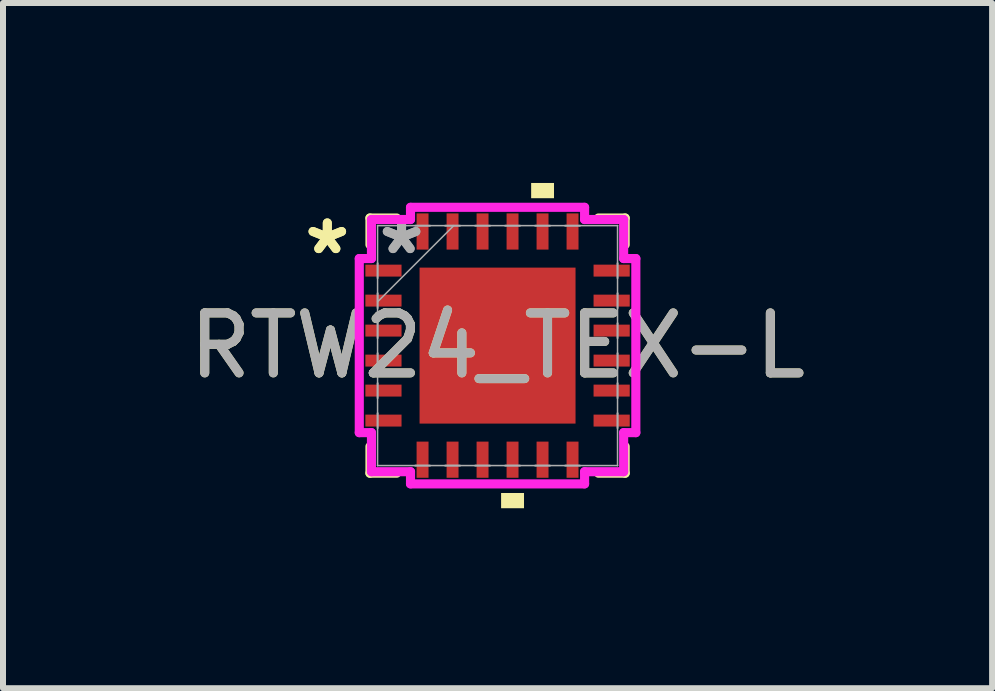
<source format=kicad_pcb>
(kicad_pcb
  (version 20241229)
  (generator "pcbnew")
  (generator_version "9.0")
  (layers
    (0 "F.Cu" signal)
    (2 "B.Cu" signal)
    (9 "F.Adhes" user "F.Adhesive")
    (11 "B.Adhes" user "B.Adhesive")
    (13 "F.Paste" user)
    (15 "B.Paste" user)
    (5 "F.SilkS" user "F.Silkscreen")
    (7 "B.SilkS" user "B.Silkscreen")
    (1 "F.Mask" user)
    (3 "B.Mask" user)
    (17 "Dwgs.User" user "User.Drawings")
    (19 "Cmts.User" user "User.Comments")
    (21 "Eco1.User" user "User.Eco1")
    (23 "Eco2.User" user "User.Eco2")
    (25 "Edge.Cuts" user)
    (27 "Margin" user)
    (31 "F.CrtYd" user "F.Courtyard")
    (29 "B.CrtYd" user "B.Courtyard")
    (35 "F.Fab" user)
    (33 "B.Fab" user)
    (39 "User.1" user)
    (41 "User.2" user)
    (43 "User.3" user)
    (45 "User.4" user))
  (footprint "RTW24_TEX-L"
    (layer "F.Cu")
    (at 5.244 2.711)
    (property "Reference" "RTW24_TEX-L" (at 0 0 0) (unlocked yes) (layer "F.SilkS") (effects (font (size 1 1) (thickness 0.15))))
    (attr smd)
    (fp_line (start -2.127 -2.127) (end -2.127 -1.682) (stroke (width 0.152) (type solid)) (layer "F.SilkS"))
    (fp_line (start -2.127 1.682) (end -2.127 2.127) (stroke (width 0.152) (type solid)) (layer "F.SilkS"))
    (fp_line (start -2.127 2.127) (end -1.682 2.127) (stroke (width 0.152) (type solid)) (layer "F.SilkS"))
    (fp_line (start -1.682 -2.127) (end -2.127 -2.127) (stroke (width 0.152) (type solid)) (layer "F.SilkS"))
    (fp_line (start 1.682 2.127) (end 2.127 2.127) (stroke (width 0.152) (type solid)) (layer "F.SilkS"))
    (fp_line (start 2.127 -2.127) (end 1.682 -2.127) (stroke (width 0.152) (type solid)) (layer "F.SilkS"))
    (fp_line (start 2.127 -1.682) (end 2.127 -2.127) (stroke (width 0.152) (type solid)) (layer "F.SilkS"))
    (fp_line (start 2.127 2.127) (end 2.127 1.682) (stroke (width 0.152) (type solid)) (layer "F.SilkS"))
    (fp_poly (pts (xy 0.059 2.457) (xy 0.059 2.711) (xy 0.441 2.711) (xy 0.441 2.457)) (stroke (width 0) (type solid)) (fill yes) (layer "F.SilkS"))
    (fp_poly (pts (xy 0.56 -2.457) (xy 0.56 -2.711) (xy 0.941 -2.711) (xy 0.941 -2.457)) (stroke (width 0) (type solid)) (fill yes) (layer "F.SilkS"))
    (fp_poly (pts (xy -1.2 -1.2) (xy -1.2 -0.1) (xy -0.1 -0.1) (xy -0.1 -1.2)) (stroke (width 0) (type solid)) (fill yes) (layer "F.Paste"))
    (fp_poly (pts (xy -1.2 0.1) (xy -1.2 1.2) (xy -0.1 1.2) (xy -0.1 0.1)) (stroke (width 0) (type solid)) (fill yes) (layer "F.Paste"))
    (fp_poly (pts (xy 0.1 -1.2) (xy 0.1 -0.1) (xy 1.2 -0.1) (xy 1.2 -1.2)) (stroke (width 0) (type solid)) (fill yes) (layer "F.Paste"))
    (fp_poly (pts (xy 0.1 0.1) (xy 0.1 1.2) (xy 1.2 1.2) (xy 1.2 0.1)) (stroke (width 0) (type solid)) (fill yes) (layer "F.Paste"))
    (fp_line (start -2.305 -1.451) (end -2.102 -1.451) (stroke (width 0.152) (type solid)) (layer "F.CrtYd"))
    (fp_line (start -2.305 1.451) (end -2.305 -1.451) (stroke (width 0.152) (type solid)) (layer "F.CrtYd"))
    (fp_line (start -2.102 -2.102) (end -1.451 -2.102) (stroke (width 0.152) (type solid)) (layer "F.CrtYd"))
    (fp_line (start -2.102 -1.451) (end -2.102 -2.102) (stroke (width 0.152) (type solid)) (layer "F.CrtYd"))
    (fp_line (start -2.102 1.451) (end -2.305 1.451) (stroke (width 0.152) (type solid)) (layer "F.CrtYd"))
    (fp_line (start -2.102 2.102) (end -2.102 1.451) (stroke (width 0.152) (type solid)) (layer "F.CrtYd"))
    (fp_line (start -1.451 -2.305) (end 1.451 -2.305) (stroke (width 0.152) (type solid)) (layer "F.CrtYd"))
    (fp_line (start -1.451 -2.102) (end -1.451 -2.305) (stroke (width 0.152) (type solid)) (layer "F.CrtYd"))
    (fp_line (start -1.451 2.102) (end -2.102 2.102) (stroke (width 0.152) (type solid)) (layer "F.CrtYd"))
    (fp_line (start -1.451 2.305) (end -1.451 2.102) (stroke (width 0.152) (type solid)) (layer "F.CrtYd"))
    (fp_line (start 1.451 -2.305) (end 1.451 -2.102) (stroke (width 0.152) (type solid)) (layer "F.CrtYd"))
    (fp_line (start 1.451 -2.102) (end 2.102 -2.102) (stroke (width 0.152) (type solid)) (layer "F.CrtYd"))
    (fp_line (start 1.451 2.102) (end 1.451 2.305) (stroke (width 0.152) (type solid)) (layer "F.CrtYd"))
    (fp_line (start 1.451 2.305) (end -1.451 2.305) (stroke (width 0.152) (type solid)) (layer "F.CrtYd"))
    (fp_line (start 2.102 -2.102) (end 2.102 -1.451) (stroke (width 0.152) (type solid)) (layer "F.CrtYd"))
    (fp_line (start 2.102 -1.451) (end 2.305 -1.451) (stroke (width 0.152) (type solid)) (layer "F.CrtYd"))
    (fp_line (start 2.102 1.451) (end 2.102 2.102) (stroke (width 0.152) (type solid)) (layer "F.CrtYd"))
    (fp_line (start 2.102 2.102) (end 1.451 2.102) (stroke (width 0.152) (type solid)) (layer "F.CrtYd"))
    (fp_line (start 2.305 -1.451) (end 2.305 1.451) (stroke (width 0.152) (type solid)) (layer "F.CrtYd"))
    (fp_line (start 2.305 1.451) (end 2.102 1.451) (stroke (width 0.152) (type solid)) (layer "F.CrtYd"))
    (fp_line (start -2 -2) (end -2 -2) (stroke (width 0.025) (type solid)) (layer "F.Fab"))
    (fp_line (start -2 -2) (end -2 2) (stroke (width 0.025) (type solid)) (layer "F.Fab"))
    (fp_line (start -2 -1.375) (end -2 -1.375) (stroke (width 0.025) (type solid)) (layer "F.Fab"))
    (fp_line (start -2 -1.375) (end -2 -1.125) (stroke (width 0.025) (type solid)) (layer "F.Fab"))
    (fp_line (start -2 -1.125) (end -2 -1.375) (stroke (width 0.025) (type solid)) (layer "F.Fab"))
    (fp_line (start -2 -1.125) (end -2 -1.125) (stroke (width 0.025) (type solid)) (layer "F.Fab"))
    (fp_line (start -2 -0.875) (end -2 -0.875) (stroke (width 0.025) (type solid)) (layer "F.Fab"))
    (fp_line (start -2 -0.875) (end -2 -0.625) (stroke (width 0.025) (type solid)) (layer "F.Fab"))
    (fp_line (start -2 -0.73) (end -0.73 -2) (stroke (width 0.025) (type solid)) (layer "F.Fab"))
    (fp_line (start -2 -0.625) (end -2 -0.875) (stroke (width 0.025) (type solid)) (layer "F.Fab"))
    (fp_line (start -2 -0.625) (end -2 -0.625) (stroke (width 0.025) (type solid)) (layer "F.Fab"))
    (fp_line (start -2 -0.375) (end -2 -0.375) (stroke (width 0.025) (type solid)) (layer "F.Fab"))
    (fp_line (start -2 -0.375) (end -2 -0.125) (stroke (width 0.025) (type solid)) (layer "F.Fab"))
    (fp_line (start -2 -0.125) (end -2 -0.375) (stroke (width 0.025) (type solid)) (layer "F.Fab"))
    (fp_line (start -2 -0.125) (end -2 -0.125) (stroke (width 0.025) (type solid)) (layer "F.Fab"))
    (fp_line (start -2 0.125) (end -2 0.125) (stroke (width 0.025) (type solid)) (layer "F.Fab"))
    (fp_line (start -2 0.125) (end -2 0.375) (stroke (width 0.025) (type solid)) (layer "F.Fab"))
    (fp_line (start -2 0.375) (end -2 0.125) (stroke (width 0.025) (type solid)) (layer "F.Fab"))
    (fp_line (start -2 0.375) (end -2 0.375) (stroke (width 0.025) (type solid)) (layer "F.Fab"))
    (fp_line (start -2 0.625) (end -2 0.625) (stroke (width 0.025) (type solid)) (layer "F.Fab"))
    (fp_line (start -2 0.625) (end -2 0.875) (stroke (width 0.025) (type solid)) (layer "F.Fab"))
    (fp_line (start -2 0.875) (end -2 0.625) (stroke (width 0.025) (type solid)) (layer "F.Fab"))
    (fp_line (start -2 0.875) (end -2 0.875) (stroke (width 0.025) (type solid)) (layer "F.Fab"))
    (fp_line (start -2 1.125) (end -2 1.125) (stroke (width 0.025) (type solid)) (layer "F.Fab"))
    (fp_line (start -2 1.125) (end -2 1.375) (stroke (width 0.025) (type solid)) (layer "F.Fab"))
    (fp_line (start -2 1.375) (end -2 1.125) (stroke (width 0.025) (type solid)) (layer "F.Fab"))
    (fp_line (start -2 1.375) (end -2 1.375) (stroke (width 0.025) (type solid)) (layer "F.Fab"))
    (fp_line (start -2 2) (end -2 2) (stroke (width 0.025) (type solid)) (layer "F.Fab"))
    (fp_line (start -2 2) (end 2 2) (stroke (width 0.025) (type solid)) (layer "F.Fab"))
    (fp_line (start -1.375 -2) (end -1.375 -2) (stroke (width 0.025) (type solid)) (layer "F.Fab"))
    (fp_line (start -1.375 -2) (end -1.125 -2) (stroke (width 0.025) (type solid)) (layer "F.Fab"))
    (fp_line (start -1.375 2) (end -1.375 2) (stroke (width 0.025) (type solid)) (layer "F.Fab"))
    (fp_line (start -1.375 2) (end -1.125 2) (stroke (width 0.025) (type solid)) (layer "F.Fab"))
    (fp_line (start -1.125 -2) (end -1.375 -2) (stroke (width 0.025) (type solid)) (layer "F.Fab"))
    (fp_line (start -1.125 -2) (end -1.125 -2) (stroke (width 0.025) (type solid)) (layer "F.Fab"))
    (fp_line (start -1.125 2) (end -1.375 2) (stroke (width 0.025) (type solid)) (layer "F.Fab"))
    (fp_line (start -1.125 2) (end -1.125 2) (stroke (width 0.025) (type solid)) (layer "F.Fab"))
    (fp_line (start -0.875 -2) (end -0.875 -2) (stroke (width 0.025) (type solid)) (layer "F.Fab"))
    (fp_line (start -0.875 -2) (end -0.625 -2) (stroke (width 0.025) (type solid)) (layer "F.Fab"))
    (fp_line (start -0.875 2) (end -0.875 2) (stroke (width 0.025) (type solid)) (layer "F.Fab"))
    (fp_line (start -0.875 2) (end -0.625 2) (stroke (width 0.025) (type solid)) (layer "F.Fab"))
    (fp_line (start -0.625 -2) (end -0.875 -2) (stroke (width 0.025) (type solid)) (layer "F.Fab"))
    (fp_line (start -0.625 -2) (end -0.625 -2) (stroke (width 0.025) (type solid)) (layer "F.Fab"))
    (fp_line (start -0.625 2) (end -0.875 2) (stroke (width 0.025) (type solid)) (layer "F.Fab"))
    (fp_line (start -0.625 2) (end -0.625 2) (stroke (width 0.025) (type solid)) (layer "F.Fab"))
    (fp_line (start -0.375 -2) (end -0.375 -2) (stroke (width 0.025) (type solid)) (layer "F.Fab"))
    (fp_line (start -0.375 -2) (end -0.125 -2) (stroke (width 0.025) (type solid)) (layer "F.Fab"))
    (fp_line (start -0.375 2) (end -0.375 2) (stroke (width 0.025) (type solid)) (layer "F.Fab"))
    (fp_line (start -0.375 2) (end -0.125 2) (stroke (width 0.025) (type solid)) (layer "F.Fab"))
    (fp_line (start -0.125 -2) (end -0.375 -2) (stroke (width 0.025) (type solid)) (layer "F.Fab"))
    (fp_line (start -0.125 -2) (end -0.125 -2) (stroke (width 0.025) (type solid)) (layer "F.Fab"))
    (fp_line (start -0.125 2) (end -0.375 2) (stroke (width 0.025) (type solid)) (layer "F.Fab"))
    (fp_line (start -0.125 2) (end -0.125 2) (stroke (width 0.025) (type solid)) (layer "F.Fab"))
    (fp_line (start 0.125 -2) (end 0.125 -2) (stroke (width 0.025) (type solid)) (layer "F.Fab"))
    (fp_line (start 0.125 -2) (end 0.375 -2) (stroke (width 0.025) (type solid)) (layer "F.Fab"))
    (fp_line (start 0.125 2) (end 0.125 2) (stroke (width 0.025) (type solid)) (layer "F.Fab"))
    (fp_line (start 0.125 2) (end 0.375 2) (stroke (width 0.025) (type solid)) (layer "F.Fab"))
    (fp_line (start 0.375 -2) (end 0.125 -2) (stroke (width 0.025) (type solid)) (layer "F.Fab"))
    (fp_line (start 0.375 -2) (end 0.375 -2) (stroke (width 0.025) (type solid)) (layer "F.Fab"))
    (fp_line (start 0.375 2) (end 0.125 2) (stroke (width 0.025) (type solid)) (layer "F.Fab"))
    (fp_line (start 0.375 2) (end 0.375 2) (stroke (width 0.025) (type solid)) (layer "F.Fab"))
    (fp_line (start 0.625 -2) (end 0.625 -2) (stroke (width 0.025) (type solid)) (layer "F.Fab"))
    (fp_line (start 0.625 -2) (end 0.875 -2) (stroke (width 0.025) (type solid)) (layer "F.Fab"))
    (fp_line (start 0.625 2) (end 0.625 2) (stroke (width 0.025) (type solid)) (layer "F.Fab"))
    (fp_line (start 0.625 2) (end 0.875 2) (stroke (width 0.025) (type solid)) (layer "F.Fab"))
    (fp_line (start 0.875 -2) (end 0.625 -2) (stroke (width 0.025) (type solid)) (layer "F.Fab"))
    (fp_line (start 0.875 -2) (end 0.875 -2) (stroke (width 0.025) (type solid)) (layer "F.Fab"))
    (fp_line (start 0.875 2) (end 0.625 2) (stroke (width 0.025) (type solid)) (layer "F.Fab"))
    (fp_line (start 0.875 2) (end 0.875 2) (stroke (width 0.025) (type solid)) (layer "F.Fab"))
    (fp_line (start 1.125 -2) (end 1.125 -2) (stroke (width 0.025) (type solid)) (layer "F.Fab"))
    (fp_line (start 1.125 -2) (end 1.375 -2) (stroke (width 0.025) (type solid)) (layer "F.Fab"))
    (fp_line (start 1.125 2) (end 1.125 2) (stroke (width 0.025) (type solid)) (layer "F.Fab"))
    (fp_line (start 1.125 2) (end 1.375 2) (stroke (width 0.025) (type solid)) (layer "F.Fab"))
    (fp_line (start 1.375 -2) (end 1.125 -2) (stroke (width 0.025) (type solid)) (layer "F.Fab"))
    (fp_line (start 1.375 -2) (end 1.375 -2) (stroke (width 0.025) (type solid)) (layer "F.Fab"))
    (fp_line (start 1.375 2) (end 1.125 2) (stroke (width 0.025) (type solid)) (layer "F.Fab"))
    (fp_line (start 1.375 2) (end 1.375 2) (stroke (width 0.025) (type solid)) (layer "F.Fab"))
    (fp_line (start 2 -2) (end -2 -2) (stroke (width 0.025) (type solid)) (layer "F.Fab"))
    (fp_line (start 2 -2) (end 2 -2) (stroke (width 0.025) (type solid)) (layer "F.Fab"))
    (fp_line (start 2 -1.375) (end 2 -1.375) (stroke (width 0.025) (type solid)) (layer "F.Fab"))
    (fp_line (start 2 -1.375) (end 2 -1.125) (stroke (width 0.025) (type solid)) (layer "F.Fab"))
    (fp_line (start 2 -1.125) (end 2 -1.375) (stroke (width 0.025) (type solid)) (layer "F.Fab"))
    (fp_line (start 2 -1.125) (end 2 -1.125) (stroke (width 0.025) (type solid)) (layer "F.Fab"))
    (fp_line (start 2 -0.875) (end 2 -0.875) (stroke (width 0.025) (type solid)) (layer "F.Fab"))
    (fp_line (start 2 -0.875) (end 2 -0.625) (stroke (width 0.025) (type solid)) (layer "F.Fab"))
    (fp_line (start 2 -0.625) (end 2 -0.875) (stroke (width 0.025) (type solid)) (layer "F.Fab"))
    (fp_line (start 2 -0.625) (end 2 -0.625) (stroke (width 0.025) (type solid)) (layer "F.Fab"))
    (fp_line (start 2 -0.375) (end 2 -0.375) (stroke (width 0.025) (type solid)) (layer "F.Fab"))
    (fp_line (start 2 -0.375) (end 2 -0.125) (stroke (width 0.025) (type solid)) (layer "F.Fab"))
    (fp_line (start 2 -0.125) (end 2 -0.375) (stroke (width 0.025) (type solid)) (layer "F.Fab"))
    (fp_line (start 2 -0.125) (end 2 -0.125) (stroke (width 0.025) (type solid)) (layer "F.Fab"))
    (fp_line (start 2 0.125) (end 2 0.125) (stroke (width 0.025) (type solid)) (layer "F.Fab"))
    (fp_line (start 2 0.125) (end 2 0.375) (stroke (width 0.025) (type solid)) (layer "F.Fab"))
    (fp_line (start 2 0.375) (end 2 0.125) (stroke (width 0.025) (type solid)) (layer "F.Fab"))
    (fp_line (start 2 0.375) (end 2 0.375) (stroke (width 0.025) (type solid)) (layer "F.Fab"))
    (fp_line (start 2 0.625) (end 2 0.625) (stroke (width 0.025) (type solid)) (layer "F.Fab"))
    (fp_line (start 2 0.625) (end 2 0.875) (stroke (width 0.025) (type solid)) (layer "F.Fab"))
    (fp_line (start 2 0.875) (end 2 0.625) (stroke (width 0.025) (type solid)) (layer "F.Fab"))
    (fp_line (start 2 0.875) (end 2 0.875) (stroke (width 0.025) (type solid)) (layer "F.Fab"))
    (fp_line (start 2 1.125) (end 2 1.125) (stroke (width 0.025) (type solid)) (layer "F.Fab"))
    (fp_line (start 2 1.125) (end 2 1.375) (stroke (width 0.025) (type solid)) (layer "F.Fab"))
    (fp_line (start 2 1.375) (end 2 1.125) (stroke (width 0.025) (type solid)) (layer "F.Fab"))
    (fp_line (start 2 1.375) (end 2 1.375) (stroke (width 0.025) (type solid)) (layer "F.Fab"))
    (fp_line (start 2 2) (end 2 -2) (stroke (width 0.025) (type solid)) (layer "F.Fab"))
    (fp_line (start 2 2) (end 2 2) (stroke (width 0.025) (type solid)) (layer "F.Fab"))
    (fp_text user "*" (at -2.838 -1.5 0) (layer "F.SilkS") (effects (font (size 1 1) (thickness 0.15))))
    (fp_text user "*" (at -2.838 -1.5 0) (unlocked yes) (layer "F.SilkS") (effects (font (size 1 1) (thickness 0.15))))
    (fp_text user "${REFERENCE}" (at 0 0 0) (unlocked yes) (layer "F.Fab") (effects (font (size 1 1) (thickness 0.15))))
    (fp_text user "*" (at -1.6 -1.5 0) (unlocked yes) (layer "F.Fab") (effects (font (size 1 1) (thickness 0.15))))
    (fp_text user "*" (at -1.6 -1.5 0) (layer "F.Fab") (effects (font (size 1 1) (thickness 0.15))))
    (pad "1" smd rect (at -1.902 -1.25 90) (size 0.199 0.603) (layers "F.Cu" "F.Mask" "F.Paste"))
    (pad "2" smd rect (at -1.902 -0.75 90) (size 0.199 0.603) (layers "F.Cu" "F.Mask" "F.Paste"))
    (pad "3" smd rect (at -1.902 -0.25 90) (size 0.199 0.603) (layers "F.Cu" "F.Mask" "F.Paste"))
    (pad "4" smd rect (at -1.902 0.25 90) (size 0.199 0.603) (layers "F.Cu" "F.Mask" "F.Paste"))
    (pad "5" smd rect (at -1.902 0.75 90) (size 0.199 0.603) (layers "F.Cu" "F.Mask" "F.Paste"))
    (pad "6" smd rect (at -1.902 1.25 90) (size 0.199 0.603) (layers "F.Cu" "F.Mask" "F.Paste"))
    (pad "7" smd rect (at -1.25 1.902) (size 0.199 0.603) (layers "F.Cu" "F.Mask" "F.Paste"))
    (pad "8" smd rect (at -0.75 1.902) (size 0.199 0.603) (layers "F.Cu" "F.Mask" "F.Paste"))
    (pad "9" smd rect (at -0.25 1.902) (size 0.199 0.603) (layers "F.Cu" "F.Mask" "F.Paste"))
    (pad "10" smd rect (at 0.25 1.902) (size 0.199 0.603) (layers "F.Cu" "F.Mask" "F.Paste"))
    (pad "11" smd rect (at 0.75 1.902) (size 0.199 0.603) (layers "F.Cu" "F.Mask" "F.Paste"))
    (pad "12" smd rect (at 1.25 1.902) (size 0.199 0.603) (layers "F.Cu" "F.Mask" "F.Paste"))
    (pad "13" smd rect (at 1.902 1.25 90) (size 0.199 0.603) (layers "F.Cu" "F.Mask" "F.Paste"))
    (pad "14" smd rect (at 1.902 0.75 90) (size 0.199 0.603) (layers "F.Cu" "F.Mask" "F.Paste"))
    (pad "15" smd rect (at 1.902 0.25 90) (size 0.199 0.603) (layers "F.Cu" "F.Mask" "F.Paste"))
    (pad "16" smd rect (at 1.902 -0.25 90) (size 0.199 0.603) (layers "F.Cu" "F.Mask" "F.Paste"))
    (pad "17" smd rect (at 1.902 -0.75 90) (size 0.199 0.603) (layers "F.Cu" "F.Mask" "F.Paste"))
    (pad "18" smd rect (at 1.902 -1.25 90) (size 0.199 0.603) (layers "F.Cu" "F.Mask" "F.Paste"))
    (pad "19" smd rect (at 1.25 -1.902) (size 0.199 0.603) (layers "F.Cu" "F.Mask" "F.Paste"))
    (pad "20" smd rect (at 0.75 -1.902) (size 0.199 0.603) (layers "F.Cu" "F.Mask" "F.Paste"))
    (pad "21" smd rect (at 0.25 -1.902) (size 0.199 0.603) (layers "F.Cu" "F.Mask" "F.Paste"))
    (pad "22" smd rect (at -0.25 -1.902) (size 0.199 0.603) (layers "F.Cu" "F.Mask" "F.Paste"))
    (pad "23" smd rect (at -0.75 -1.902) (size 0.199 0.603) (layers "F.Cu" "F.Mask" "F.Paste"))
    (pad "24" smd rect (at -1.25 -1.902) (size 0.199 0.603) (layers "F.Cu" "F.Mask" "F.Paste"))
    (pad "25" smd rect (at 0 0) (size 2.6 2.6) (layers "F.Cu" "F.Mask" "F.Paste")))
  (gr_rect
    (start -3 -3)
    (end 13.488 8.422)
    (stroke (width 0.1) (type default))
    (fill no)
    (layer "Edge.Cuts")))
</source>
